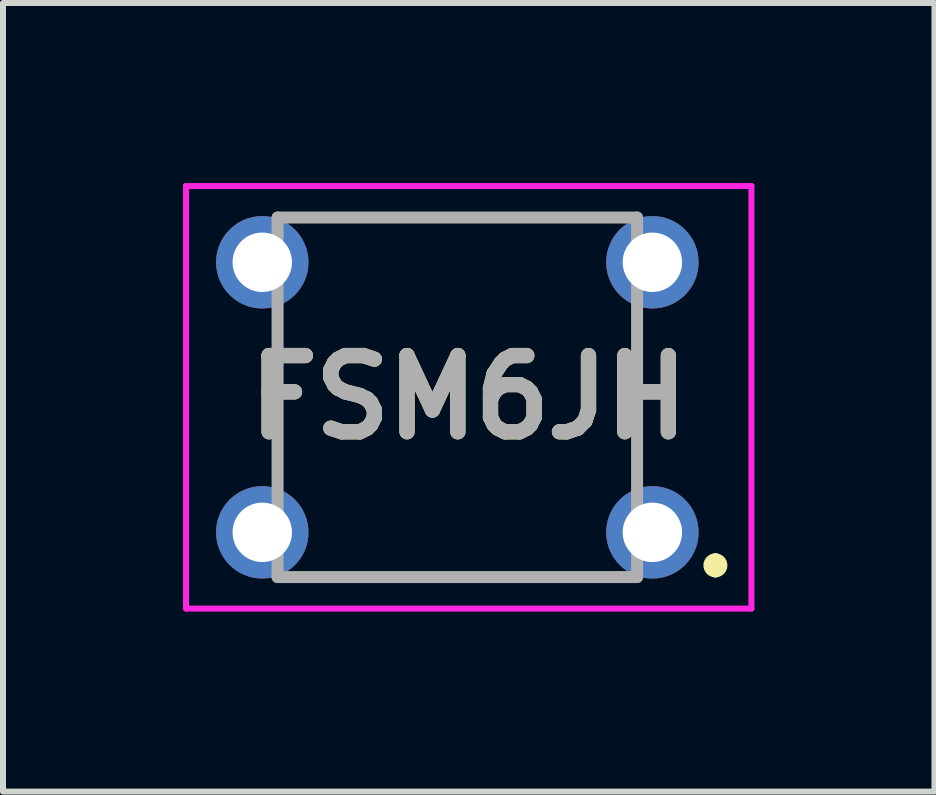
<source format=kicad_pcb>
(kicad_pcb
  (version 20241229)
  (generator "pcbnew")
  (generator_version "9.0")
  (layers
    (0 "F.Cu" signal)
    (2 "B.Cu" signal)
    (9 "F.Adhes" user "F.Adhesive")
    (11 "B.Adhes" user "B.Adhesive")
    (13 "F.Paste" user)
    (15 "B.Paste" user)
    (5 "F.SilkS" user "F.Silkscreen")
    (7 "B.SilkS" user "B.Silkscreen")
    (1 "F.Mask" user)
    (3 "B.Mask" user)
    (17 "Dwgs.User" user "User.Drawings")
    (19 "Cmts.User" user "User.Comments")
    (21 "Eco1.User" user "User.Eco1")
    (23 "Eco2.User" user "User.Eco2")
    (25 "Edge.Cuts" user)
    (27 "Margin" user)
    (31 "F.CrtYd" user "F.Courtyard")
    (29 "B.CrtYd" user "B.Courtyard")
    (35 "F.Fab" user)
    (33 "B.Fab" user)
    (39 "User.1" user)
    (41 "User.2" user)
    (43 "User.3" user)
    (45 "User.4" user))
  (footprint "FSM6JH"
    (layer "F.Cu")
    (at 7.82 5.82)
    (property "Reference" "FSM6JH" (at -3.06 -2.25 0) (layer "F.SilkS") (effects (font (size 1.27 1.27) (thickness 0.254))))
    (attr through_hole)
    (fp_line (start -6.245 -3.25) (end -6.25 -1.25) (stroke (width 0.1) (type solid)) (layer "F.SilkS"))
    (fp_line (start -5.25 -5.245) (end -1.25 -5.245) (stroke (width 0.1) (type solid)) (layer "F.SilkS"))
    (fp_line (start -5.25 0.745) (end -1.25 0.75) (stroke (width 0.1) (type solid)) (layer "F.SilkS"))
    (fp_line (start -0.255 -3.25) (end -0.255 -1.25) (stroke (width 0.1) (type solid)) (layer "F.SilkS"))
    (fp_line (start 1.05 0.45) (end 1.05 0.45) (stroke (width 0.2) (type solid)) (layer "F.SilkS"))
    (fp_line (start 1.05 0.65) (end 1.05 0.65) (stroke (width 0.2) (type solid)) (layer "F.SilkS"))
    (fp_arc (start 1.05 0.45) (mid 1.15 0.55) (end 1.05 0.65) (stroke (width 0.2) (type solid)) (layer "F.SilkS"))
    (fp_arc (start 1.05 0.65) (mid 0.95 0.55) (end 1.05 0.45) (stroke (width 0.2) (type solid)) (layer "F.SilkS"))
    (fp_line (start -7.77 -5.77) (end 1.65 -5.77) (stroke (width 0.1) (type solid)) (layer "F.CrtYd"))
    (fp_line (start -7.77 1.27) (end -7.77 -5.77) (stroke (width 0.1) (type solid)) (layer "F.CrtYd"))
    (fp_line (start 1.65 -5.77) (end 1.65 1.27) (stroke (width 0.1) (type solid)) (layer "F.CrtYd"))
    (fp_line (start 1.65 1.27) (end -7.77 1.27) (stroke (width 0.1) (type solid)) (layer "F.CrtYd"))
    (fp_line (start -6.245 -5.245) (end -0.255 -5.245) (stroke (width 0.2) (type solid)) (layer "F.Fab"))
    (fp_line (start -6.245 0.745) (end -6.245 -5.245) (stroke (width 0.2) (type solid)) (layer "F.Fab"))
    (fp_line (start -0.255 -5.245) (end -0.255 0.745) (stroke (width 0.2) (type solid)) (layer "F.Fab"))
    (fp_line (start -0.255 0.745) (end -6.245 0.745) (stroke (width 0.2) (type solid)) (layer "F.Fab"))
    (fp_text user "${REFERENCE}" (at -3.06 -2.25 0) (layer "F.Fab") (effects (font (size 1.27 1.27) (thickness 0.254))))
    (pad "1" thru_hole circle (at 0 0) (size 1.54 1.54) (drill 0.99) (layers "*.Cu" "*.Mask"))
    (pad "2" thru_hole circle (at -6.5 0) (size 1.54 1.54) (drill 0.99) (layers "*.Cu" "*.Mask"))
    (pad "3" thru_hole circle (at 0 -4.5) (size 1.54 1.54) (drill 0.99) (layers "*.Cu" "*.Mask"))
    (pad "4" thru_hole circle (at -6.5 -4.5) (size 1.54 1.54) (drill 0.99) (layers "*.Cu" "*.Mask")))
  (gr_rect
    (start -3 -3)
    (end 12.52 10.14)
    (stroke (width 0.1) (type default))
    (fill no)
    (layer "Edge.Cuts")))
</source>
